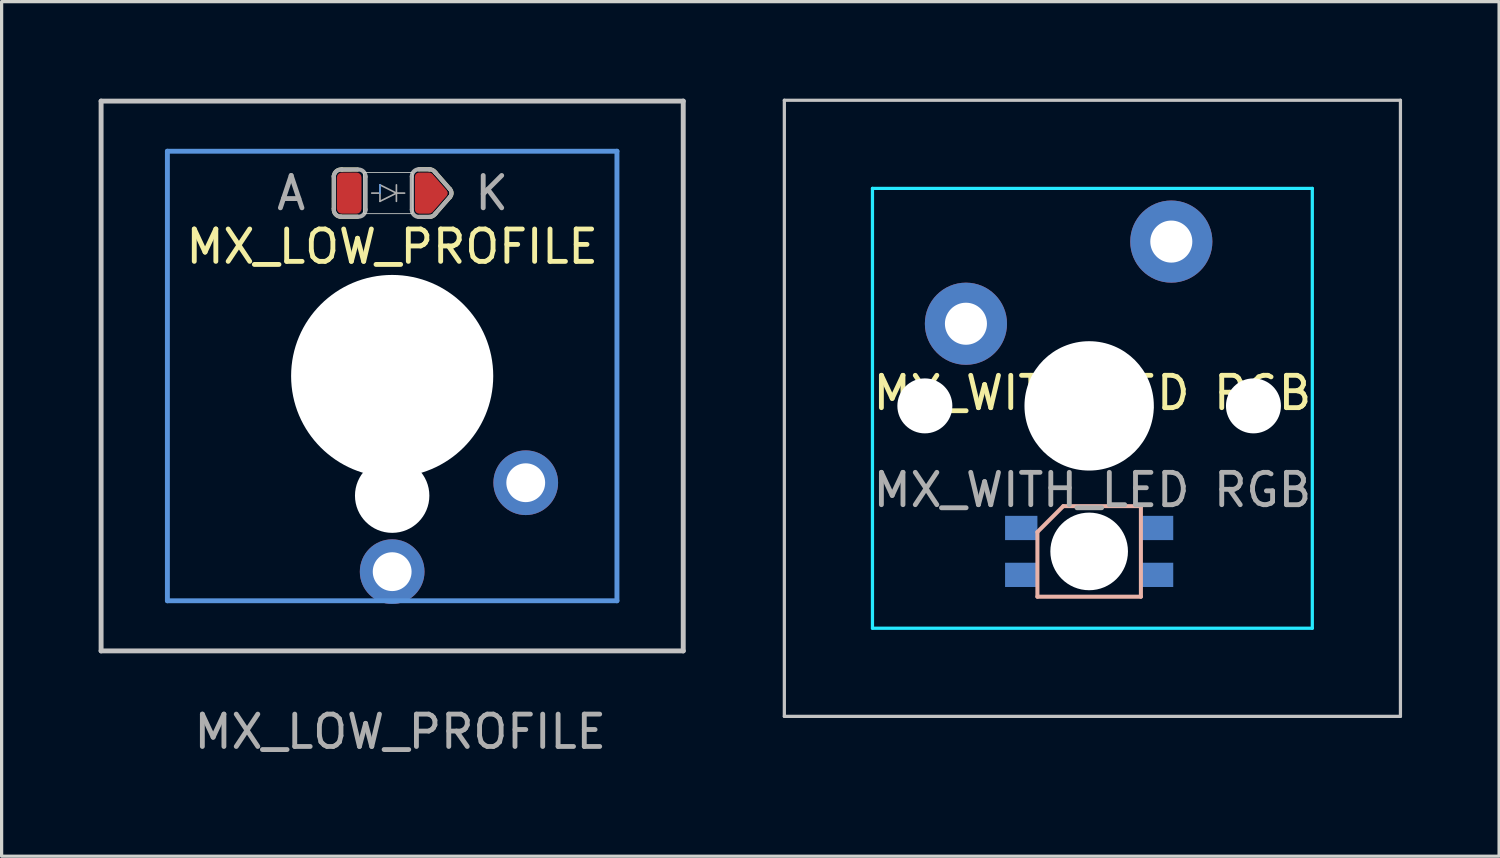
<source format=kicad_pcb>
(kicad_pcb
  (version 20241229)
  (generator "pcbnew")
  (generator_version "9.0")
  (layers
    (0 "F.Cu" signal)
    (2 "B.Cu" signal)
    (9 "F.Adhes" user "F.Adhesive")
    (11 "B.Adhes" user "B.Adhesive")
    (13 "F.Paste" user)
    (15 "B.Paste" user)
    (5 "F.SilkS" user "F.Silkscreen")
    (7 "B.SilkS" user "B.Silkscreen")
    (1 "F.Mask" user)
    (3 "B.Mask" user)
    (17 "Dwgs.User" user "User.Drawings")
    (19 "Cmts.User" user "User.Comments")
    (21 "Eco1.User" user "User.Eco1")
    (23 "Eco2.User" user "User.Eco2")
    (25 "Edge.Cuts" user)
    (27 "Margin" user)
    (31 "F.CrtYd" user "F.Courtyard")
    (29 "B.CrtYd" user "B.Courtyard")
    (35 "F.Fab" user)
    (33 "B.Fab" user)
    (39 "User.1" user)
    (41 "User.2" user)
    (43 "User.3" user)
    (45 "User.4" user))
  (footprint "MX_LOW_PROFILE"
    (layer "F.Cu")
    (at 9.076 8.576)
    (property "Reference" "MX_LOW_PROFILE" (at 0 -4 0) (unlocked yes) (layer "F.SilkS") (effects (font (size 1 1) (thickness 0.15))))
    (attr through_hole)
    (fp_line (start -1.804 -6.191) (end -1.804 -5.175) (stroke (width 0.127) (type solid)) (layer "F.SilkS"))
    (fp_line (start -1.075 -6.385) (end -1.554 -6.384) (stroke (width 0.127) (type solid)) (layer "F.SilkS"))
    (fp_line (start -1.075 -4.925) (end -1.583 -4.925) (stroke (width 0.127) (type solid)) (layer "F.SilkS"))
    (fp_line (start 0.83 -6.392) (end 1.147 -6.392) (stroke (width 0.127) (type solid)) (layer "F.SilkS"))
    (fp_line (start 0.83 -4.918) (end 1.147 -4.918) (stroke (width 0.127) (type solid)) (layer "F.SilkS"))
    (fp_line (start 1.782 -5.528) (end 1.338 -5.02) (stroke (width 0.127) (type solid)) (layer "F.SilkS"))
    (fp_line (start 1.782 -5.782) (end 1.338 -6.29) (stroke (width 0.127) (type solid)) (layer "F.SilkS"))
    (fp_arc (start -1.803962 -6.163122) (mid -1.728834 -6.329706) (end -1.554242 -6.383668) (stroke (width 0.127) (type solid)) (layer "F.SilkS"))
    (fp_arc (start -1.583416 -4.924872) (mid -1.75 -5) (end -1.803962 -5.174592) (stroke (width 0.127) (type solid)) (layer "F.SilkS"))
    (fp_arc (start 1.147084 -6.392073) (mid 1.255124 -6.36499) (end 1.337583 -6.290121) (stroke (width 0.127) (type solid)) (layer "F.SilkS"))
    (fp_arc (start 1.337584 -5.020122) (mid 1.255119 -4.94526) (end 1.147085 -4.91817) (stroke (width 0.127) (type solid)) (layer "F.SilkS"))
    (fp_arc (start 1.782083 -5.782121) (mid 1.834688 -5.655121) (end 1.782083 -5.528123) (stroke (width 0.127) (type solid)) (layer "F.SilkS"))
    (fp_line (start -9 -8.5) (end 9 -8.5) (stroke (width 0.152) (type solid)) (layer "Dwgs.User"))
    (fp_line (start -9 8.5) (end -9 -8.5) (stroke (width 0.152) (type solid)) (layer "Dwgs.User"))
    (fp_line (start 9 -8.5) (end 9 8.5) (stroke (width 0.152) (type solid)) (layer "Dwgs.User"))
    (fp_line (start 9 8.5) (end -9 8.5) (stroke (width 0.152) (type solid)) (layer "Dwgs.User"))
    (fp_line (start -6.95 -6.95) (end 6.95 -6.95) (stroke (width 0.152) (type solid)) (layer "Cmts.User"))
    (fp_line (start -6.95 6.95) (end -6.95 -6.95) (stroke (width 0.152) (type solid)) (layer "Cmts.User"))
    (fp_line (start -0.377 -5.655) (end -0.377 -5.909) (stroke (width 0.051) (type solid)) (layer "Cmts.User"))
    (fp_line (start 6.95 -6.95) (end 6.95 6.95) (stroke (width 0.152) (type solid)) (layer "Cmts.User"))
    (fp_line (start 6.95 6.95) (end -6.95 6.95) (stroke (width 0.152) (type solid)) (layer "Cmts.User"))
    (fp_line (start -7.5 -7.5) (end 7.5 -7.5) (stroke (width 0.152) (type solid)) (layer "Eco2.User"))
    (fp_line (start -7.5 7.5) (end -7.5 -7.5) (stroke (width 0.152) (type solid)) (layer "Eco2.User"))
    (fp_line (start 7.5 -7.5) (end 7.5 7.5) (stroke (width 0.152) (type solid)) (layer "Eco2.User"))
    (fp_line (start 7.5 7.5) (end -7.5 7.5) (stroke (width 0.152) (type solid)) (layer "Eco2.User"))
    (fp_line (start -0.885 -5.071) (end -0.885 -6.239) (stroke (width 0.025) (type solid)) (layer "Edge.Cuts"))
    (fp_line (start 0.588 -6.29) (end -0.834 -6.29) (stroke (width 0.025) (type solid)) (layer "Edge.Cuts"))
    (fp_line (start 0.588 -5.02) (end -0.834 -5.02) (stroke (width 0.025) (type solid)) (layer "Edge.Cuts"))
    (fp_line (start 0.639 -6.239) (end 0.639 -5.071) (stroke (width 0.025) (type solid)) (layer "Edge.Cuts"))
    (fp_arc (start -0.884916 -6.239322) (mid -0.87003 -6.275234) (end -0.834116 -6.290122) (stroke (width 0.0254) (type solid)) (layer "Edge.Cuts"))
    (fp_arc (start -0.834116 -5.020122) (mid -0.870019 -5.035008) (end -0.884916 -5.070922) (stroke (width 0.0254) (type solid)) (layer "Edge.Cuts"))
    (fp_arc (start 0.588284 -6.290122) (mid 0.624223 -6.27525) (end 0.639084 -6.239322) (stroke (width 0.0254) (type solid)) (layer "Edge.Cuts"))
    (fp_arc (start 0.639084 -5.070922) (mid 0.624212 -5.034992) (end 0.588284 -5.020122) (stroke (width 0.0254) (type solid)) (layer "Edge.Cuts"))
    (fp_line (start -1.804 -6.191) (end -1.804 -5.175) (stroke (width 0.127) (type solid)) (layer "F.Fab"))
    (fp_line (start -1.075 -6.385) (end -1.554 -6.384) (stroke (width 0.127) (type solid)) (layer "F.Fab"))
    (fp_line (start -1.075 -4.925) (end -1.583 -4.925) (stroke (width 0.127) (type solid)) (layer "F.Fab"))
    (fp_line (start -0.821 -6.163) (end -0.821 -5.147) (stroke (width 0.127) (type solid)) (layer "F.Fab"))
    (fp_line (start -0.631 -5.655) (end -0.377 -5.655) (stroke (width 0.051) (type solid)) (layer "F.Fab"))
    (fp_line (start -0.377 -5.909) (end -0.377 -5.401) (stroke (width 0.051) (type solid)) (layer "F.Fab"))
    (fp_line (start -0.377 -5.401) (end 0.131 -5.655) (stroke (width 0.051) (type solid)) (layer "F.Fab"))
    (fp_line (start 0.131 -5.909) (end 0.131 -5.401) (stroke (width 0.051) (type solid)) (layer "F.Fab"))
    (fp_line (start 0.131 -5.655) (end -0.377 -5.909) (stroke (width 0.051) (type solid)) (layer "F.Fab"))
    (fp_line (start 0.131 -5.655) (end 0.385 -5.655) (stroke (width 0.051) (type solid)) (layer "F.Fab"))
    (fp_line (start 0.607 -6.17) (end 0.607 -5.154) (stroke (width 0.127) (type solid)) (layer "F.Fab"))
    (fp_line (start 0.83 -6.392) (end 1.147 -6.392) (stroke (width 0.127) (type solid)) (layer "F.Fab"))
    (fp_line (start 0.83 -4.918) (end 1.147 -4.918) (stroke (width 0.127) (type solid)) (layer "F.Fab"))
    (fp_line (start 1.782 -5.782) (end 1.338 -6.29) (stroke (width 0.127) (type solid)) (layer "F.Fab"))
    (fp_line (start 1.782 -5.528) (end 1.338 -5.02) (stroke (width 0.127) (type solid)) (layer "F.Fab"))
    (fp_arc (start -1.803962 -6.163122) (mid -1.728834 -6.329706) (end -1.554242 -6.383668) (stroke (width 0.127) (type solid)) (layer "F.Fab"))
    (fp_arc (start -1.583416 -4.924872) (mid -1.75 -5) (end -1.803962 -5.174592) (stroke (width 0.127) (type solid)) (layer "F.Fab"))
    (fp_arc (start -1.043666 -6.385372) (mid -0.886513 -6.320275) (end -0.821416 -6.163122) (stroke (width 0.127) (type solid)) (layer "F.Fab"))
    (fp_arc (start -0.821416 -5.147122) (mid -0.886511 -4.989965) (end -1.043666 -4.924872) (stroke (width 0.127) (type solid)) (layer "F.Fab"))
    (fp_arc (start 0.607334 -6.169823) (mid 0.67243 -6.326978) (end 0.829584 -6.392073) (stroke (width 0.127) (type solid)) (layer "F.Fab"))
    (fp_arc (start 0.829585 -4.91817) (mid 0.672447 -4.983272) (end 0.607335 -5.14042) (stroke (width 0.127) (type solid)) (layer "F.Fab"))
    (fp_arc (start 1.147125 -6.392074) (mid 1.255142 -6.364981) (end 1.337584 -6.290122) (stroke (width 0.127) (type solid)) (layer "F.Fab"))
    (fp_arc (start 1.337584 -5.020122) (mid 1.255136 -4.945269) (end 1.147125 -4.91817) (stroke (width 0.127) (type solid)) (layer "F.Fab"))
    (fp_arc (start 1.782083 -5.782121) (mid 1.834688 -5.655121) (end 1.782083 -5.528123) (stroke (width 0.127) (type solid)) (layer "F.Fab"))
    (fp_text user "K" (at 3.077 -5.655 0) (layer "F.Fab") (effects (font (size 1 1) (thickness 0.15))))
    (fp_text user "${REFERENCE}" (at 0.25 11 0) (unlocked yes) (layer "F.Fab") (effects (font (size 1 1) (thickness 0.15))))
    (fp_text user "A" (at -3.123 -5.655 0) (layer "F.Fab") (effects (font (size 1 1) (thickness 0.15))))
    (pad "" np_thru_hole circle (at 0 0 180) (size 6.25 6.25) (drill 6.25) (layers "*.Cu" "*.Mask"))
    (pad "" np_thru_hole circle (at 0 3.7 180) (size 2.3 2.3) (drill 2.3) (layers "*.Cu" "*.Mask"))
    (pad "1" thru_hole circle (at 0 6.05 180) (size 2 2) (drill 1.2) (layers "*.Cu" "*.Mask"))
    (pad "2" thru_hole circle (at 4.13 3.3 41.9) (size 2 2) (drill 1.2) (layers "*.Cu" "*.Mask"))
    (pad "A" smd roundrect (at -1.329 -5.655) (size 0.762 1.27) (layers "F.Cu" "F.Mask" "F.Paste") (roundrect_rratio 0.2))
    (pad "K" smd custom (at 1.084 -5.655) (size 0.254 0.254) (layers "F.Cu" "F.Mask" "F.Paste") (options (anchor circle)) (primitives (gr_poly (pts (xy 0.064 -0.508) (xy 0.508 0) (xy 0.064 0.508)) (width 0.254) (fill yes)) (gr_poly (pts (xy -0.254 -0.635) (xy -0.254 -0.445) (xy 0.064 -0.445) (xy 0.064 -0.635)) (width 0) (fill yes)) (gr_circle (center -0.254 -0.508) (end -0.191 -0.508) (width 0.127) (fill no)) (gr_poly (pts (xy -0.254 0.445) (xy -0.254 0.635) (xy 0.064 0.635) (xy 0.064 0.445)) (width 0) (fill yes)) (gr_poly (pts (xy -0.318 0.508) (xy 0 0.508) (xy 0 -0.508) (xy -0.318 -0.508)) (width 0.127) (fill yes)) (gr_circle (center -0.254 0.508) (end -0.191 0.508) (width 0.127) (fill no)))))
  (footprint "MX_WITH_LED RGB"
    (layer "F.Cu")
    (at 30.727 9.6)
    (property "Reference" "MX_WITH_LED RGB" (at 0 -0.5 0) (unlocked yes) (layer "F.SilkS") (effects (font (size 1 1) (thickness 0.15))))
    (attr through_hole)
    (fp_line (start -1.7 5.8) (end -1.7 3.8) (stroke (width 0.125) (type solid)) (layer "B.SilkS"))
    (fp_line (start -0.9 3) (end -1.7 3.8) (stroke (width 0.125) (type solid)) (layer "B.SilkS"))
    (fp_line (start -0.9 3) (end 1.5 3) (stroke (width 0.125) (type solid)) (layer "B.SilkS"))
    (fp_line (start 1.5 3) (end 1.5 5.8) (stroke (width 0.125) (type solid)) (layer "B.SilkS"))
    (fp_line (start 1.5 5.8) (end -1.7 5.8) (stroke (width 0.125) (type solid)) (layer "B.SilkS"))
    (fp_line (start -9.525 -9.55) (end 9.525 -9.55) (stroke (width 0.1) (type solid)) (layer "Dwgs.User"))
    (fp_line (start -9.525 9.5) (end -9.525 -9.55) (stroke (width 0.1) (type solid)) (layer "Dwgs.User"))
    (fp_line (start 9.525 -9.55) (end 9.525 9.5) (stroke (width 0.1) (type solid)) (layer "Dwgs.User"))
    (fp_line (start 9.525 9.5) (end -9.525 9.5) (stroke (width 0.1) (type solid)) (layer "Dwgs.User"))
    (fp_line (start -7 -6.525) (end -7 6.475) (stroke (width 0.1) (type solid)) (layer "Eco1.User"))
    (fp_line (start -6.5 6.975) (end 6.5 6.975) (stroke (width 0.1) (type solid)) (layer "Eco1.User"))
    (fp_line (start 6.5 -7.025) (end -6.5 -7.025) (stroke (width 0.1) (type solid)) (layer "Eco1.User"))
    (fp_line (start 7 6.475) (end 7 -6.525) (stroke (width 0.1) (type solid)) (layer "Eco1.User"))
    (fp_arc (start -7 -6.525) (mid -6.853553 -6.878553) (end -6.5 -7.025) (stroke (width 0.1) (type solid)) (layer "Eco1.User"))
    (fp_arc (start -6.5 6.975) (mid -6.853553 6.828553) (end -7 6.475) (stroke (width 0.1) (type solid)) (layer "Eco1.User"))
    (fp_arc (start 6.5 -7.025) (mid 6.853553 -6.878553) (end 7 -6.525) (stroke (width 0.1) (type solid)) (layer "Eco1.User"))
    (fp_arc (start 7 6.475) (mid 6.853553 6.828553) (end 6.5 6.975) (stroke (width 0.1) (type solid)) (layer "Eco1.User"))
    (fp_line (start -6.8 -6.825) (end -6.8 6.775) (stroke (width 0.1) (type solid)) (layer "B.CrtYd"))
    (fp_line (start -6.8 -6.825) (end 6.8 -6.825) (stroke (width 0.1) (type solid)) (layer "B.CrtYd"))
    (fp_line (start -6.8 6.775) (end 6.8 6.775) (stroke (width 0.1) (type solid)) (layer "B.CrtYd"))
    (fp_line (start 6.8 -6.825) (end 6.8 6.775) (stroke (width 0.1) (type solid)) (layer "B.CrtYd"))
    (fp_text user "${REFERENCE}" (at 0 2.5 0) (unlocked yes) (layer "F.Fab") (effects (font (size 1 1) (thickness 0.15))))
    (pad "" np_thru_hole circle (at -5.18 -0.1) (size 1.7 1.7) (drill 1.7) (layers "*.Cu" "*.Mask"))
    (pad "" np_thru_hole circle (at -0.1 -0.1) (size 4 4) (drill 4) (layers "*.Cu" "*.Mask"))
    (pad "" np_thru_hole circle (at -0.1 4.4) (size 2.4 2.4) (drill 2.4) (layers "*.Cu" "*.Mask"))
    (pad "" np_thru_hole circle (at 4.98 -0.1) (size 1.7 1.7) (drill 1.7) (layers "*.Cu" "*.Mask"))
    (pad "B-" smd rect (at 2 5.125) (size 1 0.75) (layers "B.Cu" "B.Mask" "B.Paste"))
    (pad "G-" smd rect (at -2.2 5.125) (size 1 0.75) (layers "B.Cu" "B.Mask" "B.Paste"))
    (pad "LED+" smd rect (at 2 3.675) (size 1 0.75) (layers "B.Cu" "B.Mask" "B.Paste"))
    (pad "MX1" thru_hole circle (at -3.91 -2.64) (size 2.54 2.54) (drill 1.3) (layers "*.Cu" "*.Mask"))
    (pad "MX2" thru_hole circle (at 2.44 -5.18) (size 2.54 2.54) (drill 1.3) (layers "*.Cu" "*.Mask"))
    (pad "R-" smd rect (at -2.2 3.675) (size 1 0.75) (layers "B.Cu" "B.Mask" "B.Paste")))
  (gr_rect
    (start -3 -3)
    (end 43.302 23.424)
    (stroke (width 0.1) (type default))
    (fill no)
    (layer "Edge.Cuts")))
</source>
